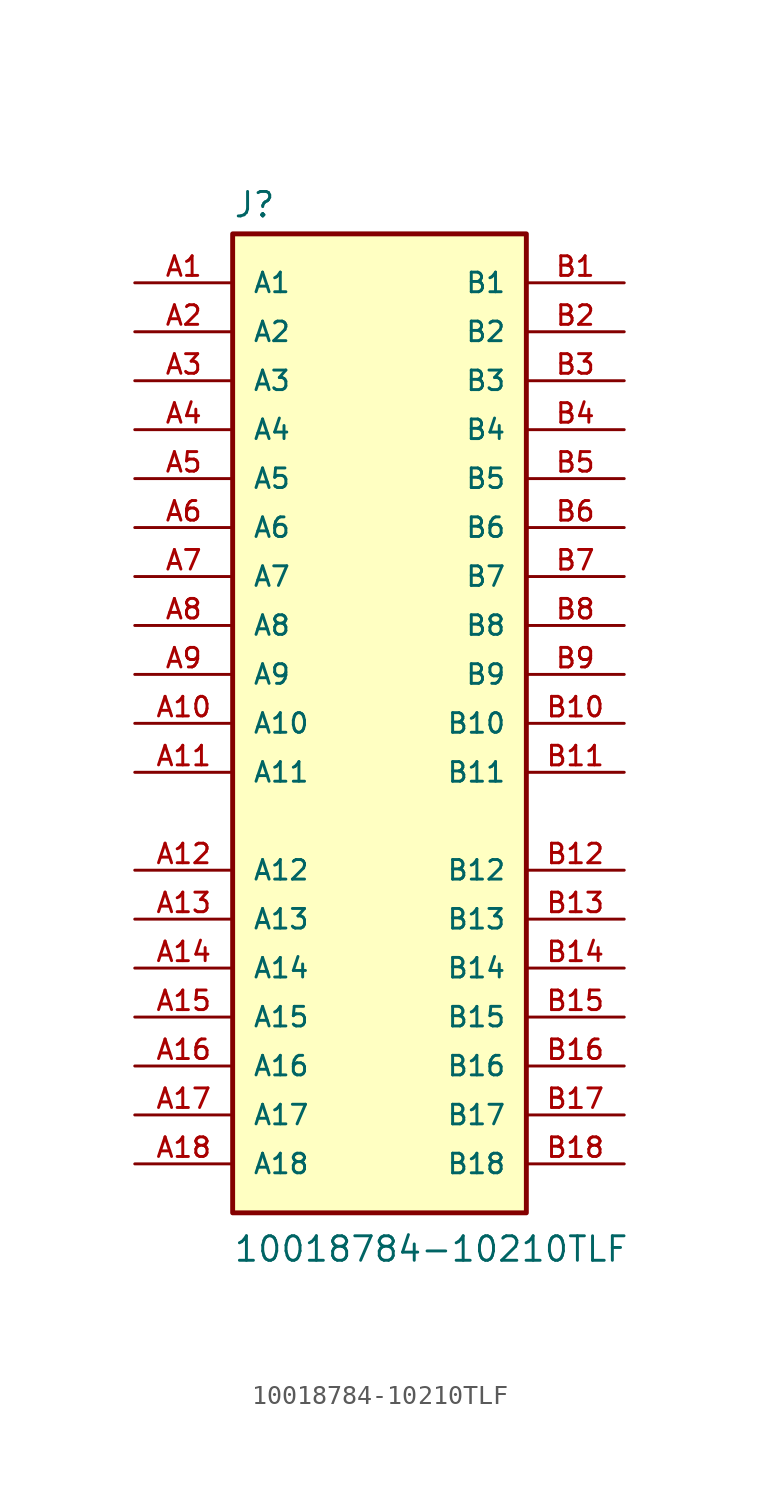
<source format=kicad_sym>
(kicad_symbol_lib
  (version 20211014)
  (generator kicad_symbol_editor)
  (symbol "10018784-10210TLF"
    (pin_names
      (offset 1.016))
    (property "Reference" "J"
      (at -7.611 26.168 0)
      (effects (font (size 1.27 1.27)) (justify bottom left)))
    (property "Value" "10018784-10210TLF"
      (at -7.611 -28.025 0)
      (effects (font (size 1.27 1.27)) (justify bottom left)))
    (symbol "10018784-10210TLF_0_0"
      (rectangle (start -7.62 -25.4) (end 7.62 25.4) (stroke (width 0.254)) (fill (type background)))
      (pin passive line (at -12.7 22.86 0) (length 5.08) (name "A1" (effects (font (size 1.016 1.016)))) (number "A1" (effects (font (size 1.016 1.016)))))
      (pin passive line (at -12.7 20.32 0) (length 5.08) (name "A2" (effects (font (size 1.016 1.016)))) (number "A2" (effects (font (size 1.016 1.016)))))
      (pin passive line (at -12.7 17.78 0) (length 5.08) (name "A3" (effects (font (size 1.016 1.016)))) (number "A3" (effects (font (size 1.016 1.016)))))
      (pin passive line (at -12.7 15.24 0) (length 5.08) (name "A4" (effects (font (size 1.016 1.016)))) (number "A4" (effects (font (size 1.016 1.016)))))
      (pin passive line (at -12.7 12.7 0) (length 5.08) (name "A5" (effects (font (size 1.016 1.016)))) (number "A5" (effects (font (size 1.016 1.016)))))
      (pin passive line (at -12.7 10.16 0) (length 5.08) (name "A6" (effects (font (size 1.016 1.016)))) (number "A6" (effects (font (size 1.016 1.016)))))
      (pin passive line (at -12.7 7.62 0) (length 5.08) (name "A7" (effects (font (size 1.016 1.016)))) (number "A7" (effects (font (size 1.016 1.016)))))
      (pin passive line (at -12.7 5.08 0) (length 5.08) (name "A8" (effects (font (size 1.016 1.016)))) (number "A8" (effects (font (size 1.016 1.016)))))
      (pin passive line (at -12.7 2.54 0) (length 5.08) (name "A9" (effects (font (size 1.016 1.016)))) (number "A9" (effects (font (size 1.016 1.016)))))
      (pin passive line (at -12.7 0.0 0) (length 5.08) (name "A10" (effects (font (size 1.016 1.016)))) (number "A10" (effects (font (size 1.016 1.016)))))
      (pin passive line (at -12.7 -2.54 0) (length 5.08) (name "A11" (effects (font (size 1.016 1.016)))) (number "A11" (effects (font (size 1.016 1.016)))))
      (pin passive line (at -12.7 -10.16 0) (length 5.08) (name "A13" (effects (font (size 1.016 1.016)))) (number "A13" (effects (font (size 1.016 1.016)))))
      (pin passive line (at -12.7 -12.7 0) (length 5.08) (name "A14" (effects (font (size 1.016 1.016)))) (number "A14" (effects (font (size 1.016 1.016)))))
      (pin passive line (at -12.7 -15.24 0) (length 5.08) (name "A15" (effects (font (size 1.016 1.016)))) (number "A15" (effects (font (size 1.016 1.016)))))
      (pin passive line (at -12.7 -17.78 0) (length 5.08) (name "A16" (effects (font (size 1.016 1.016)))) (number "A16" (effects (font (size 1.016 1.016)))))
      (pin passive line (at -12.7 -20.32 0) (length 5.08) (name "A17" (effects (font (size 1.016 1.016)))) (number "A17" (effects (font (size 1.016 1.016)))))
      (pin passive line (at -12.7 -22.86 0) (length 5.08) (name "A18" (effects (font (size 1.016 1.016)))) (number "A18" (effects (font (size 1.016 1.016)))))
      (pin passive line (at 12.7 22.86 180.0) (length 5.08) (name "B1" (effects (font (size 1.016 1.016)))) (number "B1" (effects (font (size 1.016 1.016)))))
      (pin passive line (at 12.7 20.32 180.0) (length 5.08) (name "B2" (effects (font (size 1.016 1.016)))) (number "B2" (effects (font (size 1.016 1.016)))))
      (pin passive line (at 12.7 17.78 180.0) (length 5.08) (name "B3" (effects (font (size 1.016 1.016)))) (number "B3" (effects (font (size 1.016 1.016)))))
      (pin passive line (at 12.7 15.24 180.0) (length 5.08) (name "B4" (effects (font (size 1.016 1.016)))) (number "B4" (effects (font (size 1.016 1.016)))))
      (pin passive line (at 12.7 12.7 180.0) (length 5.08) (name "B5" (effects (font (size 1.016 1.016)))) (number "B5" (effects (font (size 1.016 1.016)))))
      (pin passive line (at 12.7 10.16 180.0) (length 5.08) (name "B6" (effects (font (size 1.016 1.016)))) (number "B6" (effects (font (size 1.016 1.016)))))
      (pin passive line (at 12.7 7.62 180.0) (length 5.08) (name "B7" (effects (font (size 1.016 1.016)))) (number "B7" (effects (font (size 1.016 1.016)))))
      (pin passive line (at 12.7 5.08 180.0) (length 5.08) (name "B8" (effects (font (size 1.016 1.016)))) (number "B8" (effects (font (size 1.016 1.016)))))
      (pin passive line (at 12.7 2.54 180.0) (length 5.08) (name "B9" (effects (font (size 1.016 1.016)))) (number "B9" (effects (font (size 1.016 1.016)))))
      (pin passive line (at 12.7 0.0 180.0) (length 5.08) (name "B10" (effects (font (size 1.016 1.016)))) (number "B10" (effects (font (size 1.016 1.016)))))
      (pin passive line (at 12.7 -2.54 180.0) (length 5.08) (name "B11" (effects (font (size 1.016 1.016)))) (number "B11" (effects (font (size 1.016 1.016)))))
      (pin passive line (at 12.7 -10.16 180.0) (length 5.08) (name "B13" (effects (font (size 1.016 1.016)))) (number "B13" (effects (font (size 1.016 1.016)))))
      (pin passive line (at 12.7 -12.7 180.0) (length 5.08) (name "B14" (effects (font (size 1.016 1.016)))) (number "B14" (effects (font (size 1.016 1.016)))))
      (pin passive line (at 12.7 -15.24 180.0) (length 5.08) (name "B15" (effects (font (size 1.016 1.016)))) (number "B15" (effects (font (size 1.016 1.016)))))
      (pin passive line (at 12.7 -17.78 180.0) (length 5.08) (name "B16" (effects (font (size 1.016 1.016)))) (number "B16" (effects (font (size 1.016 1.016)))))
      (pin passive line (at 12.7 -20.32 180.0) (length 5.08) (name "B17" (effects (font (size 1.016 1.016)))) (number "B17" (effects (font (size 1.016 1.016)))))
      (pin passive line (at 12.7 -22.86 180.0) (length 5.08) (name "B18" (effects (font (size 1.016 1.016)))) (number "B18" (effects (font (size 1.016 1.016)))))
      (pin passive line (at -12.7 -7.62 0) (length 5.08) (name "A12" (effects (font (size 1.016 1.016)))) (number "A12" (effects (font (size 1.016 1.016)))))
      (pin passive line (at 12.7 -7.62 180.0) (length 5.08) (name "B12" (effects (font (size 1.016 1.016)))) (number "B12" (effects (font (size 1.016 1.016))))))))
</source>
